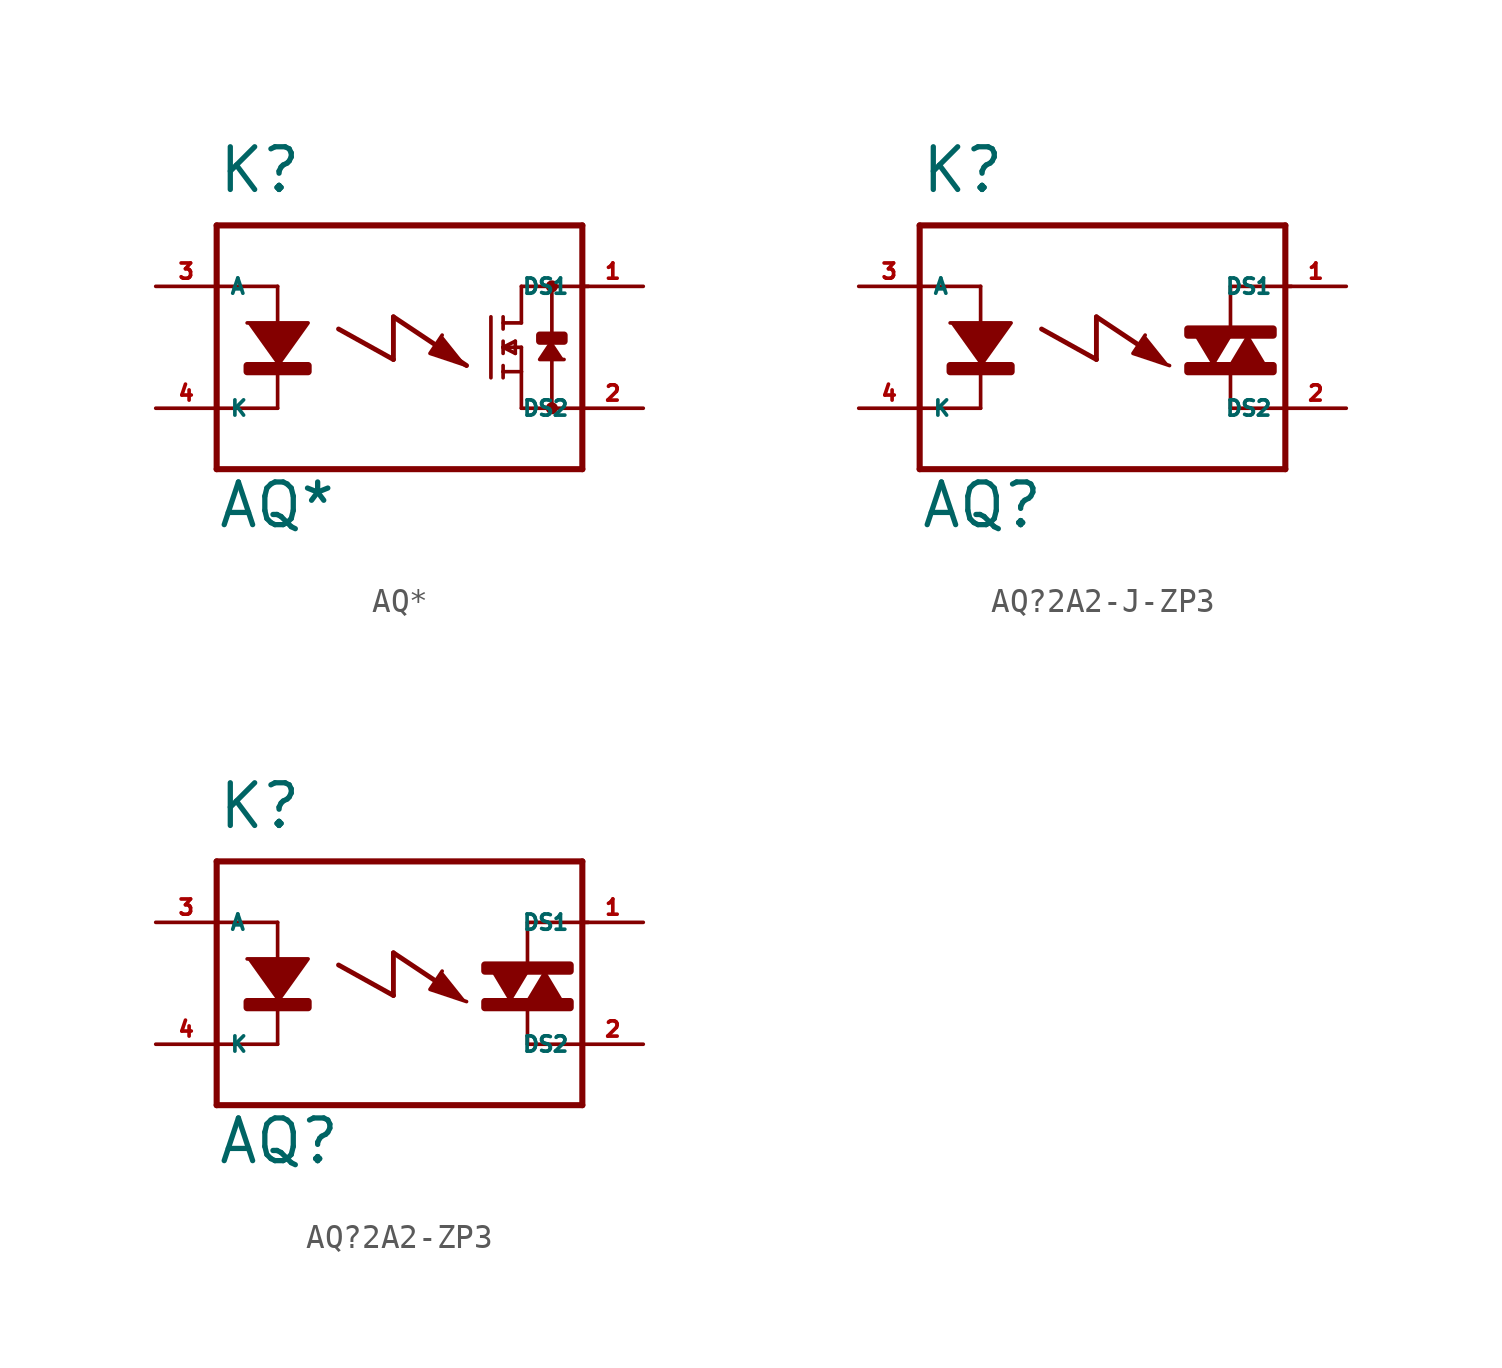
<source format=kicad_sym>
(kicad_symbol_lib
  (version 20220914)
  (generator Eagle2Kicad)
  (symbol "AQ*"
    (property "Reference" "K"
      (at -7.62 6.35 0)
      (effects (font (size 1.778 1.778) (thickness 0.22)) (justify left bottom)))
    (property "Value" "AQ*"
      (at -7.62 -7.62 0)
      (effects (font (size 1.778 1.778) (thickness 0.22)) (justify left bottom)))
    (polyline
      (pts (xy -6.35 1.016) (xy -3.81 1.016) (xy -5.08 -0.762))
      (stroke (width 0.152) (type default))
      (fill (type outline)))
    (polyline
      (pts (xy 6.35 0.254) (xy 5.842 -0.508) (xy 6.858 -0.508))
      (stroke (width 0.152) (type default))
      (fill (type outline)))
    (polyline
      (pts (xy 1.778 0.508) (xy 1.27 -0.254) (xy 2.794 -0.762))
      (stroke (width 0.152) (type default))
      (fill (type outline)))
    (polyline
      (pts (xy -5.08 2.54) (xy -5.08 -2.54))
      (stroke (width 0.152) (type default))
      (fill (type none)))
    (polyline
      (pts (xy 5.08 2.54) (xy 5.08 1.016))
      (stroke (width 0.152) (type default))
      (fill (type none)))
    (polyline
      (pts (xy 5.08 1.016) (xy 4.318 1.016))
      (stroke (width 0.152) (type default))
      (fill (type none)))
    (polyline
      (pts (xy 4.318 1.27) (xy 4.318 0.762))
      (stroke (width 0.152) (type default))
      (fill (type none)))
    (polyline
      (pts (xy 4.318 0.254) (xy 4.318 0))
      (stroke (width 0.152) (type default))
      (fill (type none)))
    (polyline
      (pts (xy 4.318 0) (xy 4.318 -0.254))
      (stroke (width 0.152) (type default))
      (fill (type none)))
    (polyline
      (pts (xy 4.318 -0.762) (xy 4.318 -1.016))
      (stroke (width 0.152) (type default))
      (fill (type none)))
    (polyline
      (pts (xy 4.318 -1.016) (xy 4.318 -1.27))
      (stroke (width 0.152) (type default))
      (fill (type none)))
    (polyline
      (pts (xy 4.318 0) (xy 5.08 0))
      (stroke (width 0.152) (type default))
      (fill (type none)))
    (polyline
      (pts (xy 4.826 0.254) (xy 4.318 0))
      (stroke (width 0.152) (type default))
      (fill (type none)))
    (polyline
      (pts (xy 4.318 0) (xy 4.826 -0.254))
      (stroke (width 0.152) (type default))
      (fill (type none)))
    (polyline
      (pts (xy 4.826 -0.254) (xy 4.826 0.254))
      (stroke (width 0.152) (type default))
      (fill (type none)))
    (polyline
      (pts (xy 4.318 -1.016) (xy 5.08 -1.016))
      (stroke (width 0.152) (type default))
      (fill (type none)))
    (polyline
      (pts (xy 5.08 -1.016) (xy 5.08 0))
      (stroke (width 0.152) (type default))
      (fill (type none)))
    (polyline
      (pts (xy 3.81 1.27) (xy 3.81 -1.27))
      (stroke (width 0.152) (type default))
      (fill (type none)))
    (polyline
      (pts (xy 5.08 -1.016) (xy 5.08 -2.54))
      (stroke (width 0.152) (type default))
      (fill (type none)))
    (polyline
      (pts (xy -7.62 5.08) (xy -7.62 2.54))
      (stroke (width 0.254) (type default))
      (fill (type none)))
    (polyline
      (pts (xy -7.62 2.54) (xy -7.62 -2.54))
      (stroke (width 0.254) (type default))
      (fill (type none)))
    (polyline
      (pts (xy -7.62 -2.54) (xy -7.62 -5.08))
      (stroke (width 0.254) (type default))
      (fill (type none)))
    (polyline
      (pts (xy -7.62 -5.08) (xy 7.62 -5.08))
      (stroke (width 0.254) (type default))
      (fill (type none)))
    (polyline
      (pts (xy 5.08 2.54) (xy 6.35 2.54))
      (stroke (width 0.152) (type default))
      (fill (type none)))
    (polyline
      (pts (xy 6.35 2.54) (xy 7.874 2.54))
      (stroke (width 0.152) (type default))
      (fill (type none)))
    (polyline
      (pts (xy 5.08 -2.54) (xy 6.35 -2.54))
      (stroke (width 0.152) (type default))
      (fill (type none)))
    (polyline
      (pts (xy 6.35 -2.54) (xy 7.62 -2.54))
      (stroke (width 0.152) (type default))
      (fill (type none)))
    (polyline
      (pts (xy 7.62 -5.08) (xy 7.62 5.08))
      (stroke (width 0.254) (type default))
      (fill (type none)))
    (polyline
      (pts (xy 7.62 5.08) (xy -7.62 5.08))
      (stroke (width 0.254) (type default))
      (fill (type none)))
    (polyline
      (pts (xy 6.35 2.54) (xy 6.35 -2.54))
      (stroke (width 0.152) (type default))
      (fill (type none)))
    (polyline
      (pts (xy -5.08 2.54) (xy -7.62 2.54))
      (stroke (width 0.152) (type default))
      (fill (type none)))
    (polyline
      (pts (xy -5.08 -2.54) (xy -7.62 -2.54))
      (stroke (width 0.152) (type default))
      (fill (type none)))
    (polyline
      (pts (xy -2.54 0.762) (xy -0.254 -0.508))
      (stroke (width 0.203) (type default))
      (fill (type none)))
    (polyline
      (pts (xy -0.254 -0.508) (xy -0.254 1.27))
      (stroke (width 0.203) (type default))
      (fill (type none)))
    (polyline
      (pts (xy -0.254 1.27) (xy 2.794 -0.762))
      (stroke (width 0.203) (type default))
      (fill (type none)))
    (circle
      (center 6.35 2.54)
      (radius 0.127)
      (stroke (width 0.254) (type default))
      (fill (type none)))
    (circle
      (center 6.35 -2.54)
      (radius 0.127)
      (stroke (width 0.254) (type default))
      (fill (type none)))
    (rectangle
      (start 5.842 0.254)
      (end 6.858 0.508)
      (stroke (width 0.3) (type default))
      (fill (type outline)))
    (rectangle
      (start -6.35 -1.016)
      (end -3.81 -0.762)
      (stroke (width 0.3) (type default))
      (fill (type outline)))
    (pin passive line
      (at -10.16 2.54 0)
      (length 2.54)
      (name "A" (effects (font (size 0.635 0.635) (thickness 0.08)) (justify left bottom)))
      (number "3" (effects (font (size 0.635 0.635) (thickness 0.08)) (justify left bottom))))
    (pin passive line
      (at -10.16 -2.54 0)
      (length 2.54)
      (name "K" (effects (font (size 0.635 0.635) (thickness 0.08)) (justify left bottom)))
      (number "4" (effects (font (size 0.635 0.635) (thickness 0.08)) (justify left bottom))))
    (pin passive line
      (at 10.16 2.54 180)
      (length 2.54)
      (name "DS1" (effects (font (size 0.635 0.635) (thickness 0.08)) (justify left bottom)))
      (number "1" (effects (font (size 0.635 0.635) (thickness 0.08)) (justify left bottom))))
    (pin passive line
      (at 10.16 -2.54 180)
      (length 2.54)
      (name "DS2" (effects (font (size 0.635 0.635) (thickness 0.08)) (justify left bottom)))
      (number "2" (effects (font (size 0.635 0.635) (thickness 0.08)) (justify left bottom)))))
  (symbol "AQ?2A2-J-ZP3"
    (property "Reference" "K"
      (at -7.62 6.35 0)
      (effects (font (size 1.778 1.778) (thickness 0.22)) (justify left bottom)))
    (property "Value" "AQ?"
      (at -7.62 -7.62 0)
      (effects (font (size 1.778 1.778) (thickness 0.22)) (justify left bottom)))
    (polyline
      (pts (xy -6.35 1.016) (xy -3.81 1.016) (xy -5.08 -0.762))
      (stroke (width 0.152) (type default))
      (fill (type outline)))
    (polyline
      (pts (xy 6.096 0.508) (xy 5.334 -0.762) (xy 6.858 -0.762))
      (stroke (width 0.152) (type default))
      (fill (type outline)))
    (polyline
      (pts (xy 1.778 0.508) (xy 1.27 -0.254) (xy 2.794 -0.762))
      (stroke (width 0.152) (type default))
      (fill (type outline)))
    (polyline
      (pts (xy 4.572 -0.762) (xy 5.334 0.508) (xy 3.81 0.508))
      (stroke (width 0.152) (type default))
      (fill (type outline)))
    (polyline
      (pts (xy -5.08 2.54) (xy -5.08 -2.54))
      (stroke (width 0.152) (type default))
      (fill (type none)))
    (polyline
      (pts (xy -7.62 5.08) (xy -7.62 2.54))
      (stroke (width 0.254) (type default))
      (fill (type none)))
    (polyline
      (pts (xy -7.62 2.54) (xy -7.62 -2.54))
      (stroke (width 0.254) (type default))
      (fill (type none)))
    (polyline
      (pts (xy -7.62 -2.54) (xy -7.62 -5.08))
      (stroke (width 0.254) (type default))
      (fill (type none)))
    (polyline
      (pts (xy -7.62 -5.08) (xy 7.62 -5.08))
      (stroke (width 0.254) (type default))
      (fill (type none)))
    (polyline
      (pts (xy 5.334 2.54) (xy 7.874 2.54))
      (stroke (width 0.152) (type default))
      (fill (type none)))
    (polyline
      (pts (xy 5.334 -2.54) (xy 7.62 -2.54))
      (stroke (width 0.152) (type default))
      (fill (type none)))
    (polyline
      (pts (xy 7.62 -5.08) (xy 7.62 5.08))
      (stroke (width 0.254) (type default))
      (fill (type none)))
    (polyline
      (pts (xy 7.62 5.08) (xy -7.62 5.08))
      (stroke (width 0.254) (type default))
      (fill (type none)))
    (polyline
      (pts (xy 5.334 2.54) (xy 5.334 0.762))
      (stroke (width 0.152) (type default))
      (fill (type none)))
    (polyline
      (pts (xy 5.334 -1.016) (xy 5.334 -2.54))
      (stroke (width 0.152) (type default))
      (fill (type none)))
    (polyline
      (pts (xy -5.08 2.54) (xy -7.62 2.54))
      (stroke (width 0.152) (type default))
      (fill (type none)))
    (polyline
      (pts (xy -5.08 -2.54) (xy -7.62 -2.54))
      (stroke (width 0.152) (type default))
      (fill (type none)))
    (polyline
      (pts (xy -2.54 0.762) (xy -0.254 -0.508))
      (stroke (width 0.203) (type default))
      (fill (type none)))
    (polyline
      (pts (xy -0.254 -0.508) (xy -0.254 1.27))
      (stroke (width 0.203) (type default))
      (fill (type none)))
    (polyline
      (pts (xy -0.254 1.27) (xy 1.651 0))
      (stroke (width 0.203) (type default))
      (fill (type none)))
    (rectangle
      (start -6.35 -1.016)
      (end -3.81 -0.762)
      (stroke (width 0.3) (type default))
      (fill (type outline)))
    (rectangle
      (start 3.556 0.508)
      (end 7.112 0.762)
      (stroke (width 0.3) (type default))
      (fill (type outline)))
    (rectangle
      (start 3.556 -1.016)
      (end 7.112 -0.762)
      (stroke (width 0.3) (type default))
      (fill (type outline)))
    (pin passive line
      (at -10.16 2.54 0)
      (length 2.54)
      (name "A" (effects (font (size 0.635 0.635) (thickness 0.08)) (justify left bottom)))
      (number "3" (effects (font (size 0.635 0.635) (thickness 0.08)) (justify left bottom))))
    (pin passive line
      (at -10.16 -2.54 0)
      (length 2.54)
      (name "K" (effects (font (size 0.635 0.635) (thickness 0.08)) (justify left bottom)))
      (number "4" (effects (font (size 0.635 0.635) (thickness 0.08)) (justify left bottom))))
    (pin passive line
      (at 10.16 2.54 180)
      (length 2.54)
      (name "DS1" (effects (font (size 0.635 0.635) (thickness 0.08)) (justify left bottom)))
      (number "1" (effects (font (size 0.635 0.635) (thickness 0.08)) (justify left bottom))))
    (pin passive line
      (at 10.16 -2.54 180)
      (length 2.54)
      (name "DS2" (effects (font (size 0.635 0.635) (thickness 0.08)) (justify left bottom)))
      (number "2" (effects (font (size 0.635 0.635) (thickness 0.08)) (justify left bottom)))))
  (symbol "AQ?2A2-ZP3"
    (property "Reference" "K"
      (at -7.62 6.35 0)
      (effects (font (size 1.778 1.778) (thickness 0.22)) (justify left bottom)))
    (property "Value" "AQ?"
      (at -7.62 -7.62 0)
      (effects (font (size 1.778 1.778) (thickness 0.22)) (justify left bottom)))
    (polyline
      (pts (xy -6.35 1.016) (xy -3.81 1.016) (xy -5.08 -0.762))
      (stroke (width 0.152) (type default))
      (fill (type outline)))
    (polyline
      (pts (xy 6.096 0.508) (xy 5.334 -0.762) (xy 6.858 -0.762))
      (stroke (width 0.152) (type default))
      (fill (type outline)))
    (polyline
      (pts (xy 1.778 0.508) (xy 1.27 -0.254) (xy 2.794 -0.762))
      (stroke (width 0.152) (type default))
      (fill (type outline)))
    (polyline
      (pts (xy 4.572 -0.762) (xy 5.334 0.508) (xy 3.81 0.508))
      (stroke (width 0.152) (type default))
      (fill (type outline)))
    (polyline
      (pts (xy -5.08 2.54) (xy -5.08 -2.54))
      (stroke (width 0.152) (type default))
      (fill (type none)))
    (polyline
      (pts (xy -7.62 5.08) (xy -7.62 2.54))
      (stroke (width 0.254) (type default))
      (fill (type none)))
    (polyline
      (pts (xy -7.62 2.54) (xy -7.62 -2.54))
      (stroke (width 0.254) (type default))
      (fill (type none)))
    (polyline
      (pts (xy -7.62 -2.54) (xy -7.62 -5.08))
      (stroke (width 0.254) (type default))
      (fill (type none)))
    (polyline
      (pts (xy -7.62 -5.08) (xy 7.62 -5.08))
      (stroke (width 0.254) (type default))
      (fill (type none)))
    (polyline
      (pts (xy 5.334 2.54) (xy 7.874 2.54))
      (stroke (width 0.152) (type default))
      (fill (type none)))
    (polyline
      (pts (xy 5.334 -2.54) (xy 7.62 -2.54))
      (stroke (width 0.152) (type default))
      (fill (type none)))
    (polyline
      (pts (xy 7.62 -5.08) (xy 7.62 5.08))
      (stroke (width 0.254) (type default))
      (fill (type none)))
    (polyline
      (pts (xy 7.62 5.08) (xy -7.62 5.08))
      (stroke (width 0.254) (type default))
      (fill (type none)))
    (polyline
      (pts (xy 5.334 2.54) (xy 5.334 0.762))
      (stroke (width 0.152) (type default))
      (fill (type none)))
    (polyline
      (pts (xy 5.334 -1.016) (xy 5.334 -2.54))
      (stroke (width 0.152) (type default))
      (fill (type none)))
    (polyline
      (pts (xy -5.08 2.54) (xy -7.62 2.54))
      (stroke (width 0.152) (type default))
      (fill (type none)))
    (polyline
      (pts (xy -5.08 -2.54) (xy -7.62 -2.54))
      (stroke (width 0.152) (type default))
      (fill (type none)))
    (polyline
      (pts (xy -2.54 0.762) (xy -0.254 -0.508))
      (stroke (width 0.203) (type default))
      (fill (type none)))
    (polyline
      (pts (xy -0.254 -0.508) (xy -0.254 1.27))
      (stroke (width 0.203) (type default))
      (fill (type none)))
    (polyline
      (pts (xy -0.254 1.27) (xy 1.651 0))
      (stroke (width 0.203) (type default))
      (fill (type none)))
    (rectangle
      (start -6.35 -1.016)
      (end -3.81 -0.762)
      (stroke (width 0.3) (type default))
      (fill (type outline)))
    (rectangle
      (start 3.556 0.508)
      (end 7.112 0.762)
      (stroke (width 0.3) (type default))
      (fill (type outline)))
    (rectangle
      (start 3.556 -1.016)
      (end 7.112 -0.762)
      (stroke (width 0.3) (type default))
      (fill (type outline)))
    (pin passive line
      (at -10.16 2.54 0)
      (length 2.54)
      (name "A" (effects (font (size 0.635 0.635) (thickness 0.08)) (justify left bottom)))
      (number "3" (effects (font (size 0.635 0.635) (thickness 0.08)) (justify left bottom))))
    (pin passive line
      (at -10.16 -2.54 0)
      (length 2.54)
      (name "K" (effects (font (size 0.635 0.635) (thickness 0.08)) (justify left bottom)))
      (number "4" (effects (font (size 0.635 0.635) (thickness 0.08)) (justify left bottom))))
    (pin passive line
      (at 10.16 2.54 180)
      (length 2.54)
      (name "DS1" (effects (font (size 0.635 0.635) (thickness 0.08)) (justify left bottom)))
      (number "1" (effects (font (size 0.635 0.635) (thickness 0.08)) (justify left bottom))))
    (pin passive line
      (at 10.16 -2.54 180)
      (length 2.54)
      (name "DS2" (effects (font (size 0.635 0.635) (thickness 0.08)) (justify left bottom)))
      (number "2" (effects (font (size 0.635 0.635) (thickness 0.08)) (justify left bottom))))))
</source>
